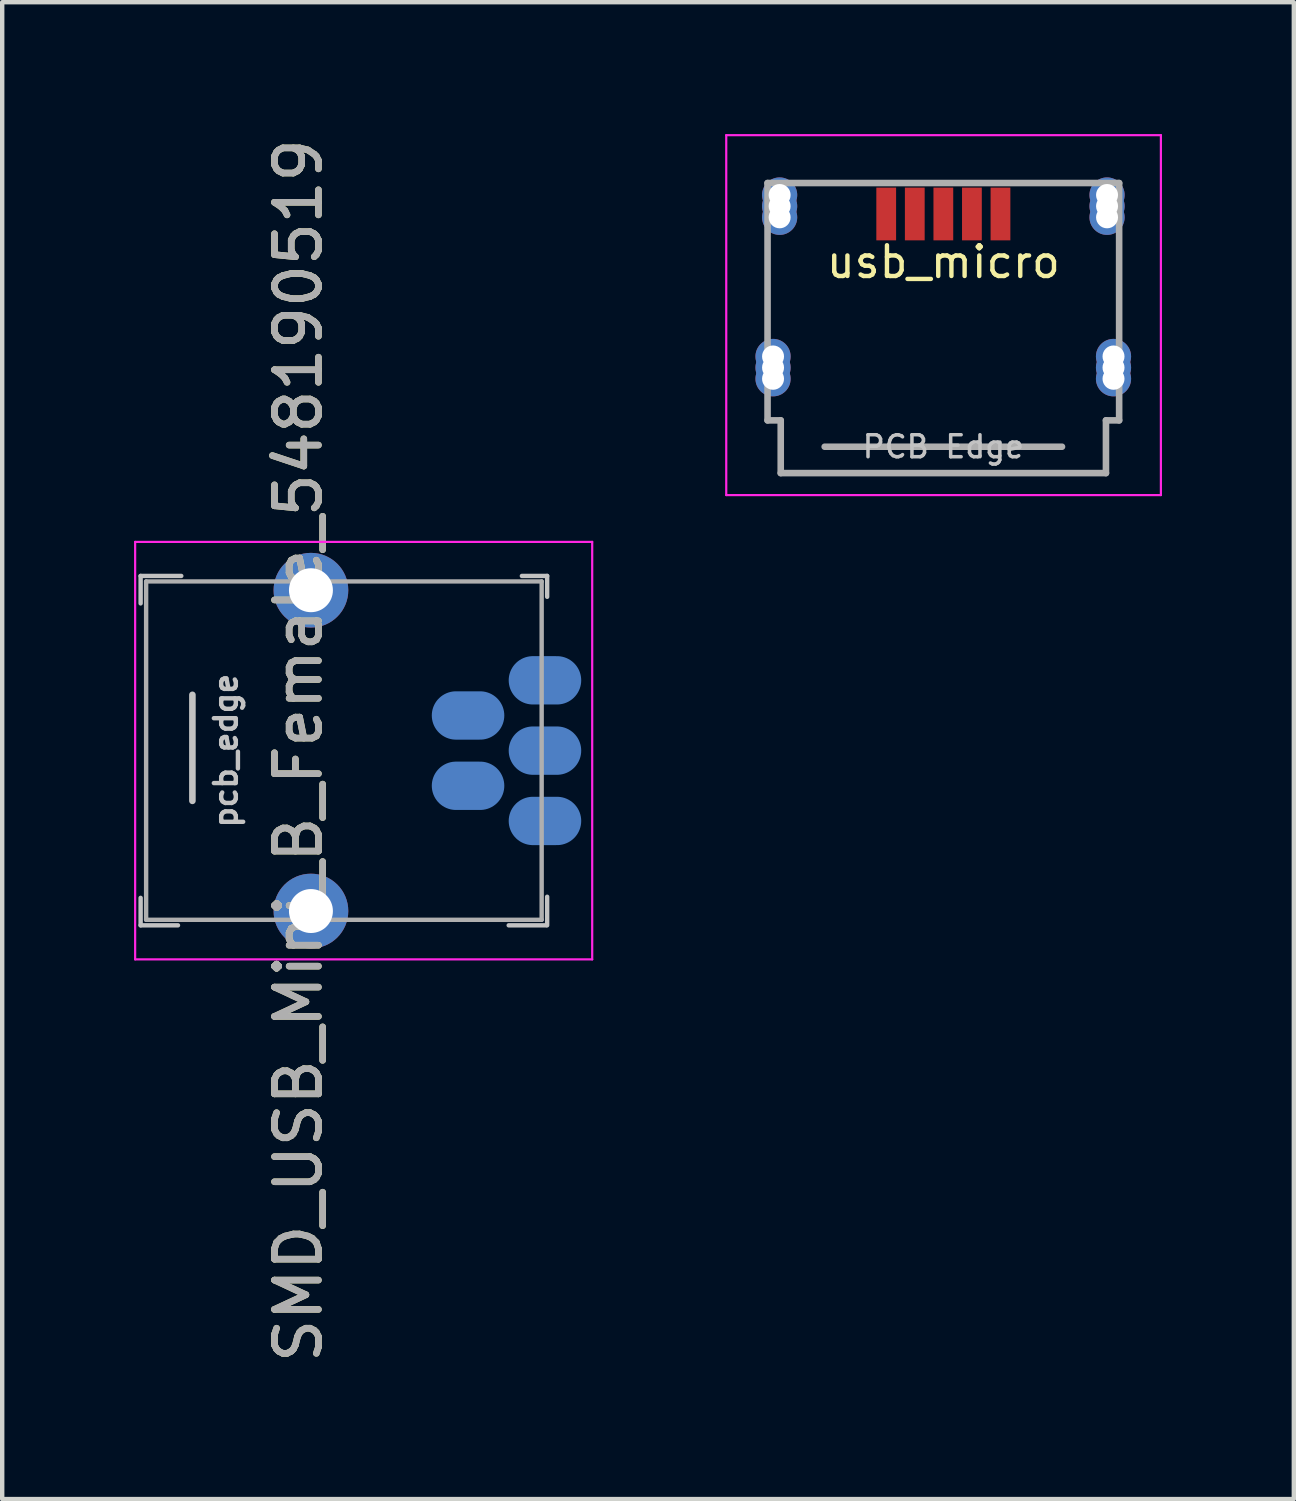
<source format=kicad_pcb>
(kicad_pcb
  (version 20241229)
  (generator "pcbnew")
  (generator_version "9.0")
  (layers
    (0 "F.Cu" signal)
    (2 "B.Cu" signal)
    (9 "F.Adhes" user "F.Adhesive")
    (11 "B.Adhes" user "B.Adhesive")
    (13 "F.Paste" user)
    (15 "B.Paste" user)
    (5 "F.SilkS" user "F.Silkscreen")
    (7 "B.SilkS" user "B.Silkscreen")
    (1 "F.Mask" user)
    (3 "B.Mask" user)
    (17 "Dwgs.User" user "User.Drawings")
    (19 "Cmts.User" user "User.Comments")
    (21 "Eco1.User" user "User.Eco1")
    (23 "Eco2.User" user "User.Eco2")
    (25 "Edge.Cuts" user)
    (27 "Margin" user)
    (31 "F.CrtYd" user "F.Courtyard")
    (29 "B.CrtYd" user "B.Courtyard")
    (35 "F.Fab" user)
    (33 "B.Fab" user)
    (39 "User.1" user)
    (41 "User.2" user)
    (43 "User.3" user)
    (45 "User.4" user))
  (footprint "SMD_USB_Mini_B_Female_548190519"
    (layer "F.Cu")
    (at 9.075 14.03)
    (property "Reference" "SMD_USB_Mini_B_Female_548190519" (at -5.334 0 90) (layer "F.SilkS") (effects (font (size 1 1) (thickness 0.15))))
    (attr through_hole)
    (fp_line (start -8.925 -3.975) (end -8.925 -3.35) (stroke (width 0.1) (type solid)) (layer "Dwgs.User"))
    (fp_line (start -8.925 3.975) (end -8.925 3.35) (stroke (width 0.1) (type solid)) (layer "Dwgs.User"))
    (fp_line (start -8.075 3.975) (end -8.925 3.975) (stroke (width 0.1) (type solid)) (layer "Dwgs.User"))
    (fp_line (start -8 -3.975) (end -8.925 -3.975) (stroke (width 0.1) (type solid)) (layer "Dwgs.User"))
    (fp_line (start -7.747 -1.27) (end -7.747 1.143) (stroke (width 0.15) (type solid)) (layer "Dwgs.User"))
    (fp_line (start -0.55 3.975) (end 0.3 3.975) (stroke (width 0.1) (type solid)) (layer "Dwgs.User"))
    (fp_line (start -0.25 -3.975) (end 0.325 -3.975) (stroke (width 0.1) (type solid)) (layer "Dwgs.User"))
    (fp_line (start 0.325 -3.975) (end 0.325 -3.5) (stroke (width 0.1) (type solid)) (layer "Dwgs.User"))
    (fp_line (start 0.325 3.325) (end 0.325 3.975) (stroke (width 0.1) (type solid)) (layer "Dwgs.User"))
    (fp_line (start -9.05 -4.75) (end -9.05 4.75) (stroke (width 0.05) (type solid)) (layer "F.CrtYd"))
    (fp_line (start -9.05 -4.75) (end 1.35 -4.75) (stroke (width 0.05) (type solid)) (layer "F.CrtYd"))
    (fp_line (start -9.05 4.75) (end 1.35 4.75) (stroke (width 0.05) (type solid)) (layer "F.CrtYd"))
    (fp_line (start 1.35 -4.75) (end 1.35 4.75) (stroke (width 0.05) (type solid)) (layer "F.CrtYd"))
    (fp_line (start -8.8 -3.85) (end -8.8 3.85) (stroke (width 0.1) (type solid)) (layer "F.Fab"))
    (fp_line (start -8.8 -3.85) (end 0.2 -3.85) (stroke (width 0.1) (type solid)) (layer "F.Fab"))
    (fp_line (start -8.8 3.85) (end 0.2 3.85) (stroke (width 0.1) (type solid)) (layer "F.Fab"))
    (fp_line (start 0.2 -3.85) (end 0.2 3.85) (stroke (width 0.1) (type solid)) (layer "F.Fab"))
    (fp_text user "pcb_edge" (at -6.985 0 270) (layer "Dwgs.User") (effects (font (size 0.5 0.5) (thickness 0.1))))
    (fp_text user "${REFERENCE}" (at -5.334 0 270) (layer "F.Fab") (effects (font (size 1 1) (thickness 0.15))))
    (pad "" thru_hole circle (at -5.05 3.65 270) (size 1.7 1.7) (drill 1) (layers "*.Cu" "*.Mask"))
    (pad "1" smd oval (at 0 -1.6) (size 1.65 1.1) (drill (offset 0.275 0)) (layers "B.Cu" "B.Mask" "B.Paste"))
    (pad "2" smd oval (at -1.2 -0.8) (size 1.65 1.1) (drill (offset -0.275 0)) (layers "B.Cu" "B.Mask" "B.Paste"))
    (pad "3" smd oval (at 0 0) (size 1.65 1.1) (drill (offset 0.275 0)) (layers "B.Cu" "B.Mask" "B.Paste"))
    (pad "4" smd oval (at -1.2 0.8) (size 1.65 1.1) (drill (offset -0.275 0)) (layers "B.Cu" "B.Mask" "B.Paste"))
    (pad "5" smd oval (at 0 1.6) (size 1.65 1.1) (drill (offset 0.275 0)) (layers "B.Cu" "B.Mask" "B.Paste"))
    (pad "6" thru_hole circle (at -5.05 -3.65) (size 1.7 1.7) (drill 1) (layers "*.Cu" "*.Mask")))
  (footprint "usb_micro"
    (layer "F.Cu")
    (at 18.415 6.975)
    (property "Reference" "usb_micro" (at 0.000467 -4.064 0) (layer "F.SilkS") (effects (font (size 0.7 0.7) (thickness 0.1))))
    (attr smd)
    (fp_line (start -4.94 -6.95) (end -4.94 1.24) (stroke (width 0.05) (type solid)) (layer "F.CrtYd"))
    (fp_line (start -4.94 1.24) (end 4.95 1.24) (stroke (width 0.05) (type solid)) (layer "F.CrtYd"))
    (fp_line (start 4.95 -6.95) (end -4.94 -6.95) (stroke (width 0.05) (type solid)) (layer "F.CrtYd"))
    (fp_line (start 4.95 1.24) (end 4.95 -6.95) (stroke (width 0.05) (type solid)) (layer "F.CrtYd"))
    (fp_line (start -4 -5.86) (end -4 -0.46) (stroke (width 0.15) (type solid)) (layer "F.Fab"))
    (fp_line (start -4 -0.46) (end -3.7 -0.46) (stroke (width 0.15) (type solid)) (layer "F.Fab"))
    (fp_line (start -3.7 -0.46) (end -3.7 0.74) (stroke (width 0.15) (type solid)) (layer "F.Fab"))
    (fp_line (start -3.7 0.74) (end 3.7 0.74) (stroke (width 0.15) (type solid)) (layer "F.Fab"))
    (fp_line (start -2.7 0.14) (end 2.7 0.14) (stroke (width 0.15) (type solid)) (layer "F.Fab"))
    (fp_line (start 3.7 -0.46) (end 4 -0.46) (stroke (width 0.15) (type solid)) (layer "F.Fab"))
    (fp_line (start 3.7 0.74) (end 3.7 -0.46) (stroke (width 0.15) (type solid)) (layer "F.Fab"))
    (fp_line (start 4 -5.86) (end -4 -5.86) (stroke (width 0.15) (type solid)) (layer "F.Fab"))
    (fp_line (start 4 -0.46) (end 4 -5.86) (stroke (width 0.15) (type solid)) (layer "F.Fab"))
    (fp_text user "PCB Edge" (at 0 0.14 0) (layer "Dwgs.User") (effects (font (size 0.5 0.5) (thickness 0.08))))
    (pad "" thru_hole circle (at -3.875 -1.66) (size 0.8 0.8) (drill 0.5) (layers "*.Cu" "*.Mask"))
    (pad "" thru_hole circle (at -3.875 -1.406) (size 0.8 0.8) (drill 0.5) (layers "*.Cu" "*.Mask"))
    (pad "" thru_hole circle (at -3.725 -5.588) (size 0.8 0.8) (drill 0.5) (layers "*.Cu" "*.Mask"))
    (pad "" thru_hole circle (at -3.725 -5.334) (size 0.8 0.8) (drill 0.5) (layers "*.Cu" "*.Mask"))
    (pad "" thru_hole circle (at -3.725 -5.08) (size 0.8 0.8) (drill 0.5) (layers "*.Cu" "*.Mask"))
    (pad "" thru_hole circle (at 3.725 -5.588) (size 0.8 0.8) (drill 0.5) (layers "*.Cu" "*.Mask"))
    (pad "" thru_hole circle (at 3.725 -5.334) (size 0.8 0.8) (drill 0.5) (layers "*.Cu" "*.Mask"))
    (pad "" thru_hole circle (at 3.725 -5.08) (size 0.8 0.8) (drill 0.5) (layers "*.Cu" "*.Mask"))
    (pad "" thru_hole circle (at 3.872 -1.914) (size 0.8 0.8) (drill 0.5) (layers "*.Cu" "*.Mask"))
    (pad "" thru_hole circle (at 3.872 -1.66) (size 0.8 0.8) (drill 0.5) (layers "*.Cu" "*.Mask"))
    (pad "" thru_hole circle (at 3.872 -1.406) (size 0.8 0.8) (drill 0.5) (layers "*.Cu" "*.Mask"))
    (pad "1" smd rect (at -1.3 -5.156) (size 0.45 1.2) (layers "F.Cu" "F.Mask" "F.Paste"))
    (pad "2" smd rect (at -0.65 -5.156) (size 0.45 1.2) (layers "F.Cu" "F.Mask" "F.Paste"))
    (pad "3" smd rect (at 0 -5.156) (size 0.45 1.2) (layers "F.Cu" "F.Mask" "F.Paste"))
    (pad "4" smd rect (at 0.65 -5.156) (size 0.45 1.2) (layers "F.Cu" "F.Mask" "F.Paste"))
    (pad "5" smd rect (at 1.3 -5.156) (size 0.45 1.2) (layers "F.Cu" "F.Mask" "F.Paste"))
    (pad "6" thru_hole circle (at -3.875 -1.914) (size 0.8 0.8) (drill 0.5) (layers "*.Cu" "*.Mask")))
  (gr_rect
    (start -3 -3)
    (end 26.39 31.06)
    (stroke (width 0.1) (type default))
    (fill no)
    (layer "Edge.Cuts")))
</source>
